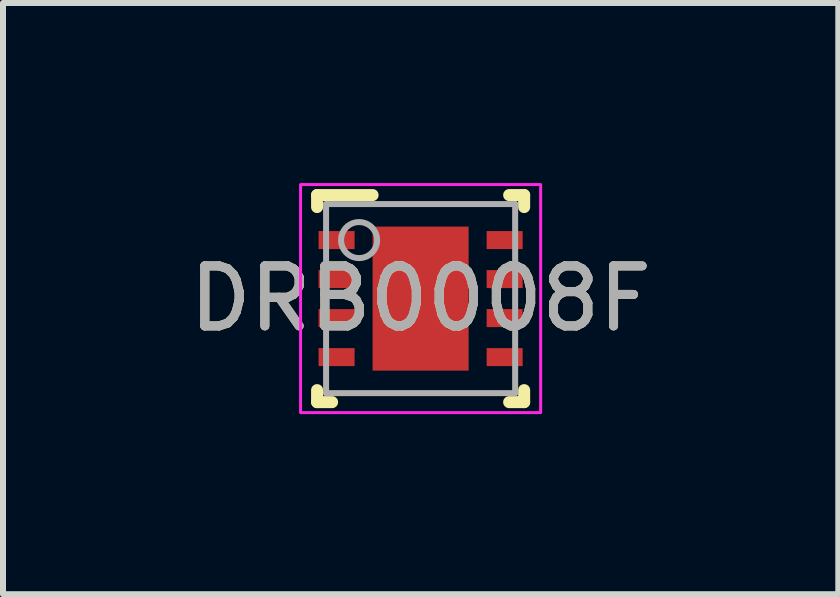
<source format=kicad_pcb>
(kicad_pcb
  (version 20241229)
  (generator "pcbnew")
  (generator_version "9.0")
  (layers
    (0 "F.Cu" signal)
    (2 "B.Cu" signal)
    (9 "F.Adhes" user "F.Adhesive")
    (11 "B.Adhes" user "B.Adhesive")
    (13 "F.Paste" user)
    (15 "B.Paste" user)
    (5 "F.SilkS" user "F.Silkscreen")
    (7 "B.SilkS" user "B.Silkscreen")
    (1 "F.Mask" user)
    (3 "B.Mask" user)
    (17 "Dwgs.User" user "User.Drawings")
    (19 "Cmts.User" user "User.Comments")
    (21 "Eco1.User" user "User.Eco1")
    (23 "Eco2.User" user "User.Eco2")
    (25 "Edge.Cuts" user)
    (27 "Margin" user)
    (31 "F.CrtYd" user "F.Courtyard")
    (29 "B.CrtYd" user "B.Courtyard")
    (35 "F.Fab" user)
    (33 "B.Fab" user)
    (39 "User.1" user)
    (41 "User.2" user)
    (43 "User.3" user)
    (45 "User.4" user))
  (footprint "DRB0008F"
    (layer "F.Cu")
    (at 3.958 1.925)
    (property "Reference" "DRB0008F" (at 0 0 0) (unlocked yes) (layer "F.SilkS") (effects (font (size 1 1) (thickness 0.15))))
    (attr smd)
    (fp_line (start -1.725 1.725) (end -1.725 1.525) (stroke (width 0.2) (type solid)) (layer "F.SilkS"))
    (fp_line (start -1.725 -1.725) (end -0.8 -1.725) (stroke (width 0.2) (type solid)) (layer "F.SilkS"))
    (fp_line (start -1.725 -1.525) (end -1.725 -1.725) (stroke (width 0.2) (type solid)) (layer "F.SilkS"))
    (fp_line (start -1.725 1.725) (end -1.475 1.725) (stroke (width 0.2) (type solid)) (layer "F.SilkS"))
    (fp_line (start 1.475 -1.725) (end 1.725 -1.725) (stroke (width 0.2) (type solid)) (layer "F.SilkS"))
    (fp_line (start 1.475 1.725) (end 1.725 1.725) (stroke (width 0.2) (type solid)) (layer "F.SilkS"))
    (fp_line (start 1.725 -1.525) (end 1.725 -1.725) (stroke (width 0.2) (type solid)) (layer "F.SilkS"))
    (fp_line (start 1.725 1.725) (end 1.725 1.525) (stroke (width 0.2) (type solid)) (layer "F.SilkS"))
    (fp_poly (pts (xy -0.735 -0.148) (xy -0.735 -1.122) (xy -0.734 -1.131) (xy -0.731 -1.14) (xy -0.727 -1.149) (xy -0.721 -1.156) (xy -0.714 -1.162) (xy -0.705 -1.166) (xy -0.696 -1.169) (xy -0.687 -1.17) (xy 0.687 -1.17) (xy 0.696 -1.169) (xy 0.705 -1.166) (xy 0.714 -1.162) (xy 0.721 -1.156) (xy 0.727 -1.149) (xy 0.731 -1.14) (xy 0.734 -1.131) (xy 0.735 -1.122) (xy 0.735 -0.148) (xy 0.734 -0.139) (xy 0.731 -0.13) (xy 0.727 -0.121) (xy 0.721 -0.114) (xy 0.714 -0.108) (xy 0.705 -0.104) (xy 0.696 -0.101) (xy 0.687 -0.1) (xy -0.687 -0.1) (xy -0.696 -0.101) (xy -0.705 -0.104) (xy -0.714 -0.108) (xy -0.721 -0.114) (xy -0.727 -0.121) (xy -0.731 -0.13) (xy -0.734 -0.139)) (stroke (width 0) (type solid)) (fill yes) (layer "F.Paste"))
    (fp_poly (pts (xy -0.735 1.122) (xy -0.735 0.148) (xy -0.734 0.139) (xy -0.731 0.13) (xy -0.727 0.121) (xy -0.721 0.114) (xy -0.714 0.108) (xy -0.705 0.104) (xy -0.696 0.101) (xy -0.687 0.1) (xy 0.687 0.1) (xy 0.696 0.101) (xy 0.705 0.104) (xy 0.714 0.108) (xy 0.721 0.114) (xy 0.727 0.121) (xy 0.731 0.13) (xy 0.734 0.139) (xy 0.735 0.148) (xy 0.735 1.122) (xy 0.734 1.131) (xy 0.731 1.14) (xy 0.727 1.149) (xy 0.721 1.156) (xy 0.714 1.162) (xy 0.705 1.166) (xy 0.696 1.169) (xy 0.687 1.17) (xy -0.687 1.17) (xy -0.696 1.169) (xy -0.705 1.166) (xy -0.714 1.162) (xy -0.721 1.156) (xy -0.727 1.149) (xy -0.731 1.14) (xy -0.734 1.131)) (stroke (width 0) (type solid)) (fill yes) (layer "F.Paste"))
    (fp_rect (start -2 -1.9) (end 2 1.9) (stroke (width 0.05) (type default)) (fill no) (layer "F.CrtYd"))
    (fp_line (start -1.575 -1.575) (end 1.575 -1.575) (stroke (width 0.1) (type solid)) (layer "F.Fab"))
    (fp_line (start -1.575 1.575) (end -1.575 -1.575) (stroke (width 0.1) (type solid)) (layer "F.Fab"))
    (fp_line (start -1.575 1.575) (end 1.575 1.575) (stroke (width 0.1) (type solid)) (layer "F.Fab"))
    (fp_line (start 1.575 1.575) (end 1.575 -1.575) (stroke (width 0.1) (type solid)) (layer "F.Fab"))
    (fp_circle (center -1.025 -0.975) (end -0.725 -0.975) (stroke (width 0.1) (type solid)) (fill no) (layer "F.Fab"))
    (fp_text user "${REFERENCE}" (at 0 0 0) (unlocked yes) (layer "F.Fab") (effects (font (size 1 1) (thickness 0.15))))
    (pad "1" smd rect (at -1.4 -0.975 90) (size 0.3 0.6) (layers "F.Cu" "F.Mask" "F.Paste"))
    (pad "2" smd rect (at -1.4 -0.325 90) (size 0.3 0.6) (layers "F.Cu" "F.Mask" "F.Paste"))
    (pad "3" smd rect (at -1.4 0.325 90) (size 0.3 0.6) (layers "F.Cu" "F.Mask" "F.Paste"))
    (pad "4" smd rect (at -1.4 0.975 90) (size 0.3 0.6) (layers "F.Cu" "F.Mask" "F.Paste"))
    (pad "5" smd rect (at 1.4 0.975 90) (size 0.3 0.6) (layers "F.Cu" "F.Mask" "F.Paste"))
    (pad "6" smd rect (at 1.4 0.325 90) (size 0.3 0.6) (layers "F.Cu" "F.Mask" "F.Paste"))
    (pad "7" smd rect (at 1.4 -0.325 90) (size 0.3 0.6) (layers "F.Cu" "F.Mask" "F.Paste"))
    (pad "8" smd rect (at 1.4 -0.975 90) (size 0.3 0.6) (layers "F.Cu" "F.Mask" "F.Paste"))
    (pad "9" smd rect (at 0.000003 0) (size 1.6 2.4) (layers "F.Cu" "F.Mask")))
  (gr_rect
    (start -3 -3)
    (end 10.917 6.85)
    (stroke (width 0.1) (type default))
    (fill no)
    (layer "Edge.Cuts")))
</source>
